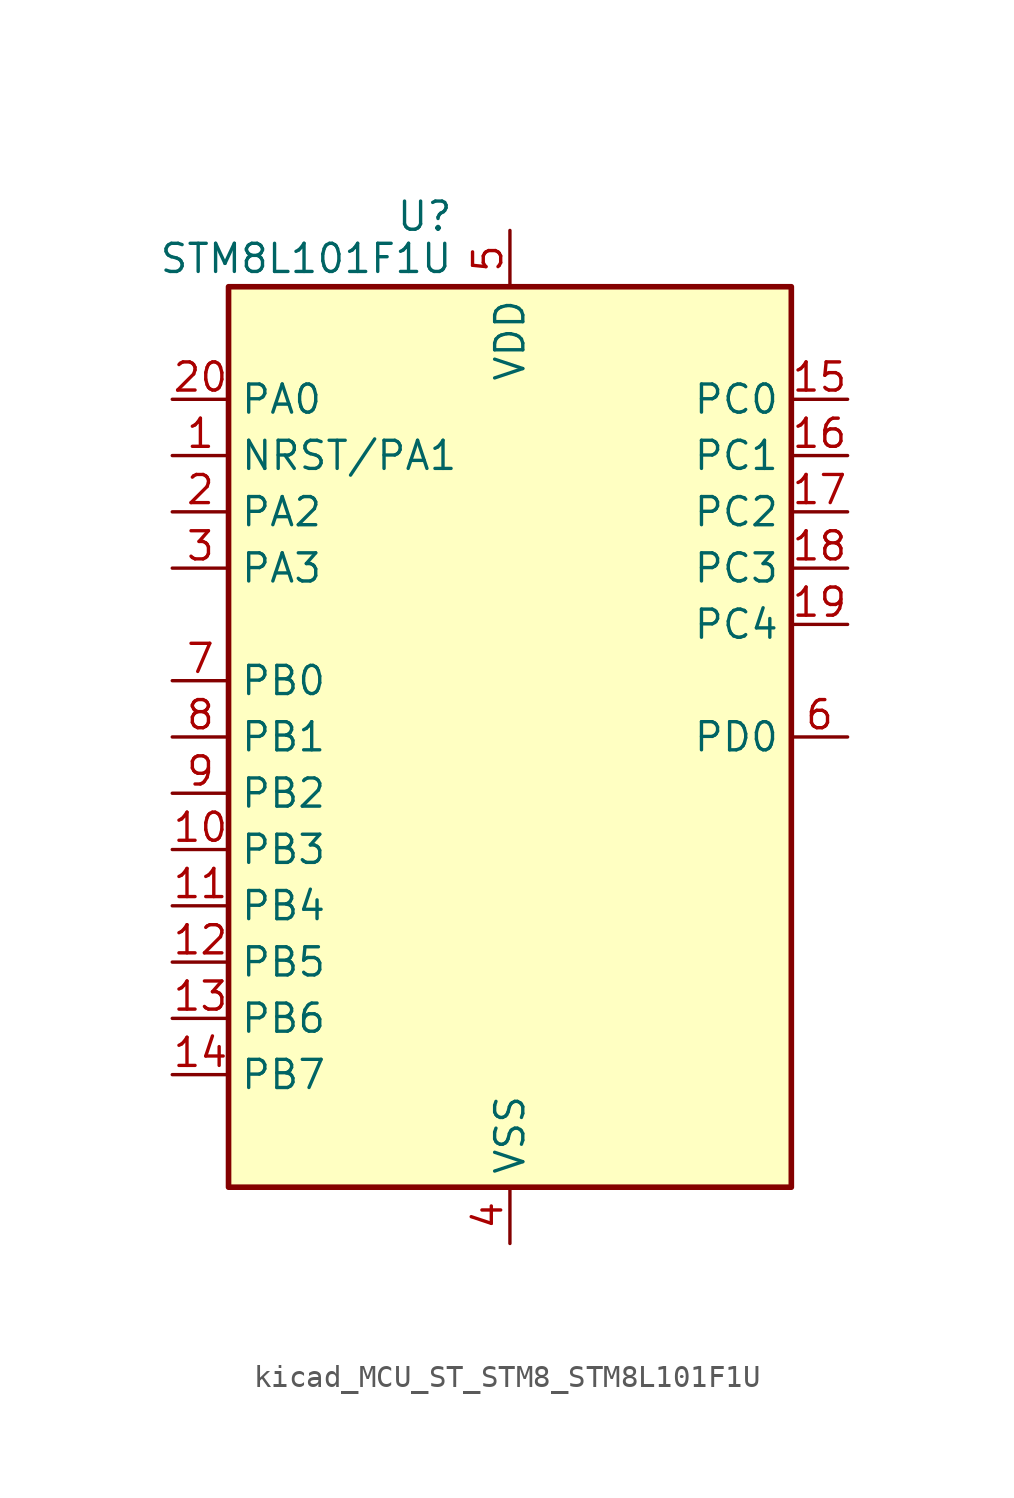
<source format=kicad_sym>
(kicad_symbol_lib
  (version 20220914)
  (generator kicad_symbol_editor)
  (symbol "kicad_MCU_ST_STM8_STM8L101F1U"
    (property "Reference" "U"
      (at -2.54 23.495 0)
      (effects (font (size 1.27 1.27)) (justify right)))
    (property "Value" "STM8L101F1U"
      (at -2.54 21.59 0)
      (effects (font (size 1.27 1.27)) (justify right)))
    (symbol "kicad_MCU_ST_STM8_STM8L101F1U_0_1"
      (rectangle (start -12.7 20.32) (end 12.7 -20.32) (stroke (width 0.254) (type default)) (fill (type background))))
    (symbol "kicad_MCU_ST_STM8_STM8L101F1U_1_1"
      (pin bidirectional line (at -15.24 12.7 0) (length 2.54) (name "NRST/PA1" (effects (font (size 1.27 1.27)))) (number "1" (effects (font (size 1.27 1.27)))))
      (pin bidirectional line (at -15.24 -5.08 0) (length 2.54) (name "PB3" (effects (font (size 1.27 1.27)))) (number "10" (effects (font (size 1.27 1.27)))))
      (pin bidirectional line (at -15.24 -7.62 0) (length 2.54) (name "PB4" (effects (font (size 1.27 1.27)))) (number "11" (effects (font (size 1.27 1.27)))))
      (pin bidirectional line (at -15.24 -10.16 0) (length 2.54) (name "PB5" (effects (font (size 1.27 1.27)))) (number "12" (effects (font (size 1.27 1.27)))))
      (pin bidirectional line (at -15.24 -12.7 0) (length 2.54) (name "PB6" (effects (font (size 1.27 1.27)))) (number "13" (effects (font (size 1.27 1.27)))))
      (pin bidirectional line (at -15.24 -15.24 0) (length 2.54) (name "PB7" (effects (font (size 1.27 1.27)))) (number "14" (effects (font (size 1.27 1.27)))))
      (pin bidirectional line (at 15.24 15.24 180) (length 2.54) (name "PC0" (effects (font (size 1.27 1.27)))) (number "15" (effects (font (size 1.27 1.27)))))
      (pin bidirectional line (at 15.24 12.7 180) (length 2.54) (name "PC1" (effects (font (size 1.27 1.27)))) (number "16" (effects (font (size 1.27 1.27)))))
      (pin bidirectional line (at 15.24 10.16 180) (length 2.54) (name "PC2" (effects (font (size 1.27 1.27)))) (number "17" (effects (font (size 1.27 1.27)))))
      (pin bidirectional line (at 15.24 7.62 180) (length 2.54) (name "PC3" (effects (font (size 1.27 1.27)))) (number "18" (effects (font (size 1.27 1.27)))))
      (pin bidirectional line (at 15.24 5.08 180) (length 2.54) (name "PC4" (effects (font (size 1.27 1.27)))) (number "19" (effects (font (size 1.27 1.27)))))
      (pin bidirectional line (at -15.24 10.16 0) (length 2.54) (name "PA2" (effects (font (size 1.27 1.27)))) (number "2" (effects (font (size 1.27 1.27)))))
      (pin bidirectional line (at -15.24 15.24 0) (length 2.54) (name "PA0" (effects (font (size 1.27 1.27)))) (number "20" (effects (font (size 1.27 1.27)))))
      (pin bidirectional line (at -15.24 7.62 0) (length 2.54) (name "PA3" (effects (font (size 1.27 1.27)))) (number "3" (effects (font (size 1.27 1.27)))))
      (pin power_in line (at 0 -22.86 90) (length 2.54) (name "VSS" (effects (font (size 1.27 1.27)))) (number "4" (effects (font (size 1.27 1.27)))))
      (pin power_in line (at 0 22.86 270) (length 2.54) (name "VDD" (effects (font (size 1.27 1.27)))) (number "5" (effects (font (size 1.27 1.27)))))
      (pin bidirectional line (at 15.24 0 180) (length 2.54) (name "PD0" (effects (font (size 1.27 1.27)))) (number "6" (effects (font (size 1.27 1.27)))))
      (pin bidirectional line (at -15.24 2.54 0) (length 2.54) (name "PB0" (effects (font (size 1.27 1.27)))) (number "7" (effects (font (size 1.27 1.27)))))
      (pin bidirectional line (at -15.24 0 0) (length 2.54) (name "PB1" (effects (font (size 1.27 1.27)))) (number "8" (effects (font (size 1.27 1.27)))))
      (pin bidirectional line (at -15.24 -2.54 0) (length 2.54) (name "PB2" (effects (font (size 1.27 1.27)))) (number "9" (effects (font (size 1.27 1.27))))))))
</source>
